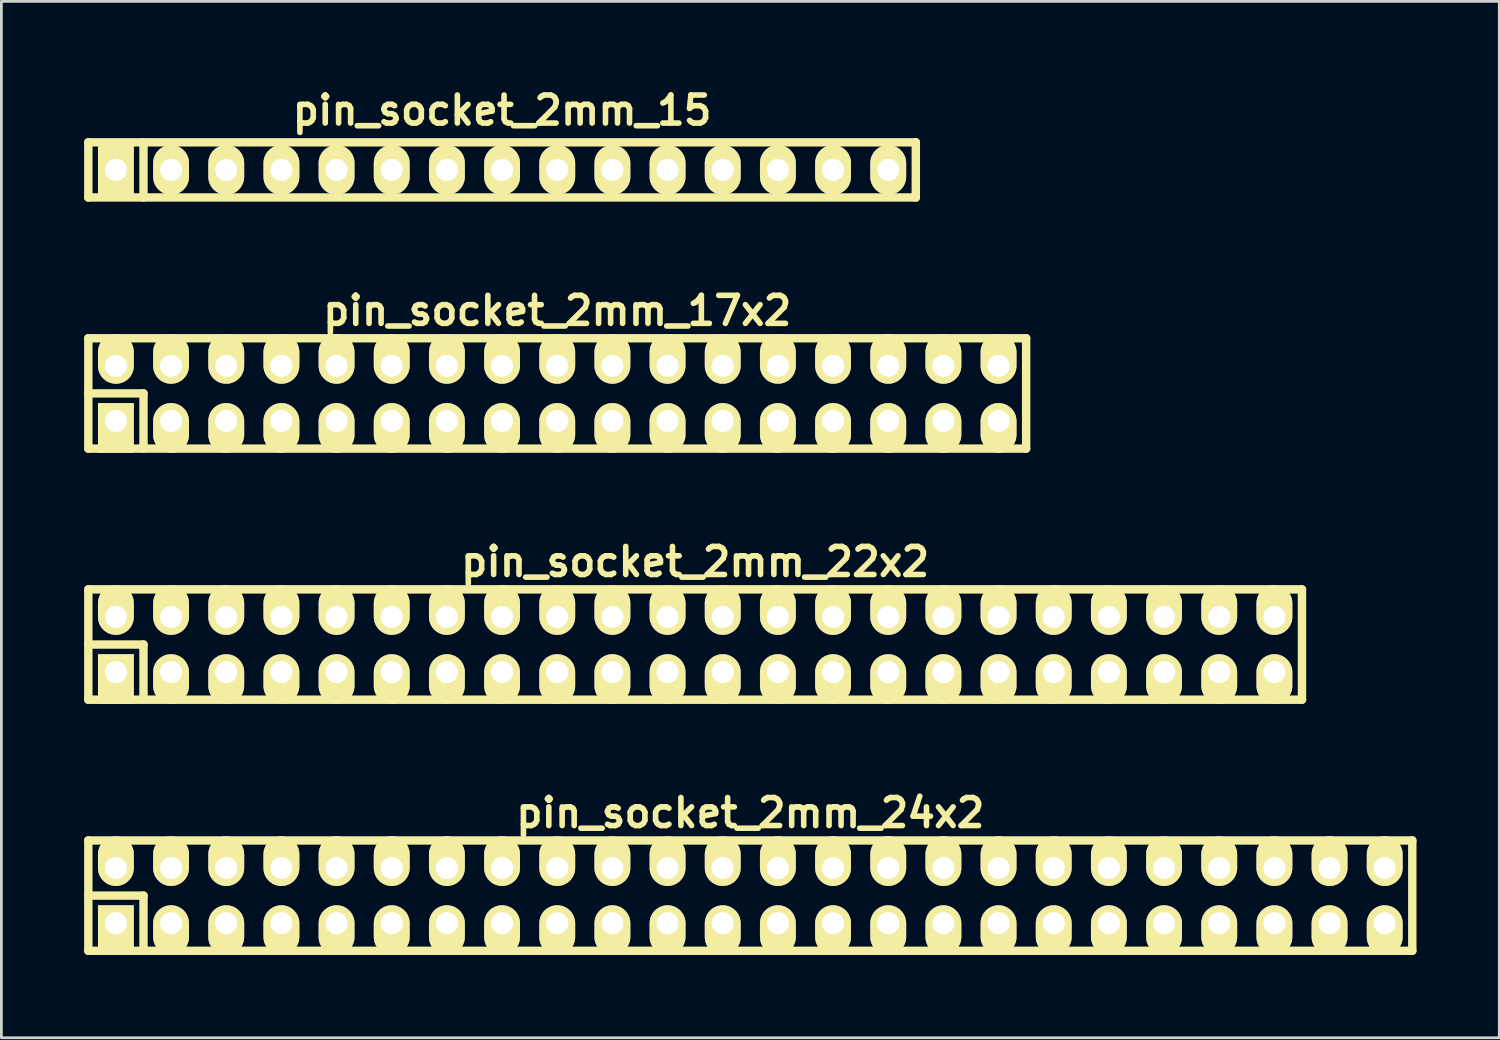
<source format=kicad_pcb>
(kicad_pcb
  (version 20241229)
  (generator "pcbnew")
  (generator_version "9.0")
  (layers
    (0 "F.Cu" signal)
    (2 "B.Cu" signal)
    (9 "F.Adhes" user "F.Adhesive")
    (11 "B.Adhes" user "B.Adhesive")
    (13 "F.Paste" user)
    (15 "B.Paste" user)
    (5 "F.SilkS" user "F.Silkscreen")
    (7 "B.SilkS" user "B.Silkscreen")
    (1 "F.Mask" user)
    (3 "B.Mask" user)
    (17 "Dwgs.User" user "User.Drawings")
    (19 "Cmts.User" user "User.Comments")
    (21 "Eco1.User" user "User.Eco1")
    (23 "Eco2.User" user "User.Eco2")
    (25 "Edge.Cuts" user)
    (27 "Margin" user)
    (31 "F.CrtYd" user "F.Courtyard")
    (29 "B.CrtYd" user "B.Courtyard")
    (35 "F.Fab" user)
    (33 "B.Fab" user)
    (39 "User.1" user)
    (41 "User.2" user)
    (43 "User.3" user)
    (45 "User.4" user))
  (footprint "pin_socket_2mm_17x2"
    (layer "F.Cu")
    (at 17.152 11.213)
    (property "Reference" "pin_socket_2mm_17x2" (at 0 -3 0) (layer "F.SilkS") (effects (font (size 1.016 1.016) (thickness 0.203))))
    (attr through_hole)
    (fp_line (start -17 -2) (end 17 -2) (stroke (width 0.305) (type solid)) (layer "F.SilkS"))
    (fp_line (start -17 0) (end -15 0) (stroke (width 0.305) (type solid)) (layer "F.SilkS"))
    (fp_line (start -17 2) (end -17 -2) (stroke (width 0.305) (type solid)) (layer "F.SilkS"))
    (fp_line (start -15 0) (end -15 2) (stroke (width 0.305) (type solid)) (layer "F.SilkS"))
    (fp_line (start 17 -2) (end 17 2) (stroke (width 0.305) (type solid)) (layer "F.SilkS"))
    (fp_line (start 17 2) (end -17 2) (stroke (width 0.305) (type solid)) (layer "F.SilkS"))
    (pad "1" thru_hole rect (at -16 1) (size 1.3 1.8) (drill 0.8 (offset 0 0.25)) (layers "*.Cu" "*.Mask" "F.SilkS"))
    (pad "2" thru_hole oval (at -16 -1) (size 1.3 1.8) (drill 0.8 (offset 0 -0.25)) (layers "*.Cu" "*.Mask" "F.SilkS"))
    (pad "3" thru_hole oval (at -14 1) (size 1.3 1.8) (drill 0.8 (offset 0 0.25)) (layers "*.Cu" "*.Mask" "F.SilkS"))
    (pad "4" thru_hole oval (at -14 -1) (size 1.3 1.8) (drill 0.8 (offset 0 -0.25)) (layers "*.Cu" "*.Mask" "F.SilkS"))
    (pad "5" thru_hole oval (at -12 1) (size 1.3 1.8) (drill 0.8 (offset 0 0.25)) (layers "*.Cu" "*.Mask" "F.SilkS"))
    (pad "6" thru_hole oval (at -12 -1) (size 1.3 1.8) (drill 0.8 (offset 0 -0.25)) (layers "*.Cu" "*.Mask" "F.SilkS"))
    (pad "7" thru_hole oval (at -10 1) (size 1.3 1.8) (drill 0.8 (offset 0 0.25)) (layers "*.Cu" "*.Mask" "F.SilkS"))
    (pad "8" thru_hole oval (at -10 -1) (size 1.3 1.8) (drill 0.8 (offset 0 -0.25)) (layers "*.Cu" "*.Mask" "F.SilkS"))
    (pad "9" thru_hole oval (at -8 1) (size 1.3 1.8) (drill 0.8 (offset 0 0.25)) (layers "*.Cu" "*.Mask" "F.SilkS"))
    (pad "10" thru_hole oval (at -8 -1) (size 1.3 1.8) (drill 0.8 (offset 0 -0.25)) (layers "*.Cu" "*.Mask" "F.SilkS"))
    (pad "11" thru_hole oval (at -6 1) (size 1.3 1.8) (drill 0.8 (offset 0 0.25)) (layers "*.Cu" "*.Mask" "F.SilkS"))
    (pad "12" thru_hole oval (at -6 -1) (size 1.3 1.8) (drill 0.8 (offset 0 -0.25)) (layers "*.Cu" "*.Mask" "F.SilkS"))
    (pad "13" thru_hole oval (at -4 1) (size 1.3 1.8) (drill 0.8 (offset 0 0.25)) (layers "*.Cu" "*.Mask" "F.SilkS"))
    (pad "14" thru_hole oval (at -4 -1) (size 1.3 1.8) (drill 0.8 (offset 0 -0.25)) (layers "*.Cu" "*.Mask" "F.SilkS"))
    (pad "15" thru_hole oval (at -2 1) (size 1.3 1.8) (drill 0.8 (offset 0 0.25)) (layers "*.Cu" "*.Mask" "F.SilkS"))
    (pad "16" thru_hole oval (at -2 -1) (size 1.3 1.8) (drill 0.8 (offset 0 -0.25)) (layers "*.Cu" "*.Mask" "F.SilkS"))
    (pad "17" thru_hole oval (at 0 1) (size 1.3 1.8) (drill 0.8 (offset 0 0.25)) (layers "*.Cu" "*.Mask" "F.SilkS"))
    (pad "18" thru_hole oval (at 0 -1) (size 1.3 1.8) (drill 0.8 (offset 0 -0.25)) (layers "*.Cu" "*.Mask" "F.SilkS"))
    (pad "19" thru_hole oval (at 2 1) (size 1.3 1.8) (drill 0.8 (offset 0 0.25)) (layers "*.Cu" "*.Mask" "F.SilkS"))
    (pad "20" thru_hole oval (at 2 -1) (size 1.3 1.8) (drill 0.8 (offset 0 -0.25)) (layers "*.Cu" "*.Mask" "F.SilkS"))
    (pad "21" thru_hole oval (at 4 1) (size 1.3 1.8) (drill 0.8 (offset 0 0.25)) (layers "*.Cu" "*.Mask" "F.SilkS"))
    (pad "22" thru_hole oval (at 4 -1) (size 1.3 1.8) (drill 0.8 (offset 0 -0.25)) (layers "*.Cu" "*.Mask" "F.SilkS"))
    (pad "23" thru_hole oval (at 6 1) (size 1.3 1.8) (drill 0.8 (offset 0 0.25)) (layers "*.Cu" "*.Mask" "F.SilkS"))
    (pad "24" thru_hole oval (at 6 -1) (size 1.3 1.8) (drill 0.8 (offset 0 -0.25)) (layers "*.Cu" "*.Mask" "F.SilkS"))
    (pad "25" thru_hole oval (at 8 1) (size 1.3 1.8) (drill 0.8 (offset 0 0.25)) (layers "*.Cu" "*.Mask" "F.SilkS"))
    (pad "26" thru_hole oval (at 8 -1) (size 1.3 1.8) (drill 0.8 (offset 0 -0.25)) (layers "*.Cu" "*.Mask" "F.SilkS"))
    (pad "27" thru_hole oval (at 10 1) (size 1.3 1.8) (drill 0.8 (offset 0 0.25)) (layers "*.Cu" "*.Mask" "F.SilkS"))
    (pad "28" thru_hole oval (at 10 -1) (size 1.3 1.8) (drill 0.8 (offset 0 -0.25)) (layers "*.Cu" "*.Mask" "F.SilkS"))
    (pad "29" thru_hole oval (at 12 1) (size 1.3 1.8) (drill 0.8 (offset 0 0.25)) (layers "*.Cu" "*.Mask" "F.SilkS"))
    (pad "30" thru_hole oval (at 12 -1) (size 1.3 1.8) (drill 0.8 (offset 0 -0.25)) (layers "*.Cu" "*.Mask" "F.SilkS"))
    (pad "31" thru_hole oval (at 14 1) (size 1.3 1.8) (drill 0.8 (offset 0 0.25)) (layers "*.Cu" "*.Mask" "F.SilkS"))
    (pad "32" thru_hole oval (at 14 -1) (size 1.3 1.8) (drill 0.8 (offset 0 -0.25)) (layers "*.Cu" "*.Mask" "F.SilkS"))
    (pad "33" thru_hole oval (at 16 1) (size 1.3 1.8) (drill 0.8 (offset 0 0.25)) (layers "*.Cu" "*.Mask" "F.SilkS"))
    (pad "34" thru_hole oval (at 16 -1) (size 1.3 1.8) (drill 0.8 (offset 0 -0.25)) (layers "*.Cu" "*.Mask" "F.SilkS")))
  (footprint "pin_socket_2mm_15"
    (layer "F.Cu")
    (at 15.152 3.11)
    (property "Reference" "pin_socket_2mm_15" (at 0 -2.159 0) (layer "F.SilkS") (effects (font (size 1.016 1.016) (thickness 0.203))))
    (attr through_hole)
    (fp_line (start -15 -1) (end 15 -1) (stroke (width 0.305) (type solid)) (layer "F.SilkS"))
    (fp_line (start -15 1) (end -15 -1) (stroke (width 0.305) (type solid)) (layer "F.SilkS"))
    (fp_line (start -13 -1) (end -13 1) (stroke (width 0.305) (type solid)) (layer "F.SilkS"))
    (fp_line (start 15 -1) (end 15 1) (stroke (width 0.305) (type solid)) (layer "F.SilkS"))
    (fp_line (start 15 1) (end -15 1) (stroke (width 0.305) (type solid)) (layer "F.SilkS"))
    (pad "1" thru_hole rect (at -14 0) (size 1.3 1.8) (drill 0.8) (layers "*.Cu" "*.Mask" "F.SilkS"))
    (pad "2" thru_hole oval (at -12 0) (size 1.3 1.8) (drill 0.8) (layers "*.Cu" "*.Mask" "F.SilkS"))
    (pad "3" thru_hole oval (at -10 0) (size 1.3 1.8) (drill 0.8) (layers "*.Cu" "*.Mask" "F.SilkS"))
    (pad "4" thru_hole oval (at -8 0) (size 1.3 1.8) (drill 0.8) (layers "*.Cu" "*.Mask" "F.SilkS"))
    (pad "5" thru_hole oval (at -6 0) (size 1.3 1.8) (drill 0.8) (layers "*.Cu" "*.Mask" "F.SilkS"))
    (pad "6" thru_hole oval (at -4 0) (size 1.3 1.8) (drill 0.8) (layers "*.Cu" "*.Mask" "F.SilkS"))
    (pad "7" thru_hole oval (at -2 0) (size 1.3 1.8) (drill 0.8) (layers "*.Cu" "*.Mask" "F.SilkS"))
    (pad "8" thru_hole oval (at 0 0) (size 1.3 1.8) (drill 0.8) (layers "*.Cu" "*.Mask" "F.SilkS"))
    (pad "9" thru_hole oval (at 2 0) (size 1.3 1.8) (drill 0.8) (layers "*.Cu" "*.Mask" "F.SilkS"))
    (pad "10" thru_hole oval (at 4 0) (size 1.3 1.8) (drill 0.8) (layers "*.Cu" "*.Mask" "F.SilkS"))
    (pad "11" thru_hole oval (at 6 0) (size 1.3 1.8) (drill 0.8) (layers "*.Cu" "*.Mask" "F.SilkS"))
    (pad "12" thru_hole oval (at 8 0) (size 1.3 1.8) (drill 0.8) (layers "*.Cu" "*.Mask" "F.SilkS"))
    (pad "13" thru_hole oval (at 10 0) (size 1.3 1.8) (drill 0.8) (layers "*.Cu" "*.Mask" "F.SilkS"))
    (pad "14" thru_hole oval (at 12 0) (size 1.3 1.8) (drill 0.8) (layers "*.Cu" "*.Mask" "F.SilkS"))
    (pad "15" thru_hole oval (at 14 0) (size 1.3 1.8) (drill 0.8) (layers "*.Cu" "*.Mask" "F.SilkS")))
  (footprint "pin_socket_2mm_22x2"
    (layer "F.Cu")
    (at 22.152 20.317)
    (property "Reference" "pin_socket_2mm_22x2" (at 0 -3 0) (layer "F.SilkS") (effects (font (size 1.016 1.016) (thickness 0.203))))
    (attr through_hole)
    (fp_line (start -22 -2) (end 22 -2) (stroke (width 0.305) (type solid)) (layer "F.SilkS"))
    (fp_line (start -22 0) (end -20 0) (stroke (width 0.305) (type solid)) (layer "F.SilkS"))
    (fp_line (start -22 2) (end -22 -2) (stroke (width 0.305) (type solid)) (layer "F.SilkS"))
    (fp_line (start -20 0) (end -20 2) (stroke (width 0.305) (type solid)) (layer "F.SilkS"))
    (fp_line (start 22 -2) (end 22 2) (stroke (width 0.305) (type solid)) (layer "F.SilkS"))
    (fp_line (start 22 2) (end -22 2) (stroke (width 0.305) (type solid)) (layer "F.SilkS"))
    (pad "1" thru_hole rect (at -21 1) (size 1.3 1.8) (drill 0.8 (offset 0 0.25)) (layers "*.Cu" "*.Mask" "F.SilkS"))
    (pad "2" thru_hole oval (at -21 -1) (size 1.3 1.8) (drill 0.8 (offset 0 -0.25)) (layers "*.Cu" "*.Mask" "F.SilkS"))
    (pad "3" thru_hole oval (at -19 1) (size 1.3 1.8) (drill 0.8 (offset 0 0.25)) (layers "*.Cu" "*.Mask" "F.SilkS"))
    (pad "4" thru_hole oval (at -19 -1) (size 1.3 1.8) (drill 0.8 (offset 0 -0.25)) (layers "*.Cu" "*.Mask" "F.SilkS"))
    (pad "5" thru_hole oval (at -17 1) (size 1.3 1.8) (drill 0.8 (offset 0 0.25)) (layers "*.Cu" "*.Mask" "F.SilkS"))
    (pad "6" thru_hole oval (at -17 -1) (size 1.3 1.8) (drill 0.8 (offset 0 -0.25)) (layers "*.Cu" "*.Mask" "F.SilkS"))
    (pad "7" thru_hole oval (at -15 1) (size 1.3 1.8) (drill 0.8 (offset 0 0.25)) (layers "*.Cu" "*.Mask" "F.SilkS"))
    (pad "8" thru_hole oval (at -15 -1) (size 1.3 1.8) (drill 0.8 (offset 0 -0.25)) (layers "*.Cu" "*.Mask" "F.SilkS"))
    (pad "9" thru_hole oval (at -13 1) (size 1.3 1.8) (drill 0.8 (offset 0 0.25)) (layers "*.Cu" "*.Mask" "F.SilkS"))
    (pad "10" thru_hole oval (at -13 -1) (size 1.3 1.8) (drill 0.8 (offset 0 -0.25)) (layers "*.Cu" "*.Mask" "F.SilkS"))
    (pad "11" thru_hole oval (at -11 1) (size 1.3 1.8) (drill 0.8 (offset 0 0.25)) (layers "*.Cu" "*.Mask" "F.SilkS"))
    (pad "12" thru_hole oval (at -11 -1) (size 1.3 1.8) (drill 0.8 (offset 0 -0.25)) (layers "*.Cu" "*.Mask" "F.SilkS"))
    (pad "13" thru_hole oval (at -9 1) (size 1.3 1.8) (drill 0.8 (offset 0 0.25)) (layers "*.Cu" "*.Mask" "F.SilkS"))
    (pad "14" thru_hole oval (at -9 -1) (size 1.3 1.8) (drill 0.8 (offset 0 -0.25)) (layers "*.Cu" "*.Mask" "F.SilkS"))
    (pad "15" thru_hole oval (at -7 1) (size 1.3 1.8) (drill 0.8 (offset 0 0.25)) (layers "*.Cu" "*.Mask" "F.SilkS"))
    (pad "16" thru_hole oval (at -7 -1) (size 1.3 1.8) (drill 0.8 (offset 0 -0.25)) (layers "*.Cu" "*.Mask" "F.SilkS"))
    (pad "17" thru_hole oval (at -5 1) (size 1.3 1.8) (drill 0.8 (offset 0 0.25)) (layers "*.Cu" "*.Mask" "F.SilkS"))
    (pad "18" thru_hole oval (at -5 -1) (size 1.3 1.8) (drill 0.8 (offset 0 -0.25)) (layers "*.Cu" "*.Mask" "F.SilkS"))
    (pad "19" thru_hole oval (at -3 1) (size 1.3 1.8) (drill 0.8 (offset 0 0.25)) (layers "*.Cu" "*.Mask" "F.SilkS"))
    (pad "20" thru_hole oval (at -3 -1) (size 1.3 1.8) (drill 0.8 (offset 0 -0.25)) (layers "*.Cu" "*.Mask" "F.SilkS"))
    (pad "21" thru_hole oval (at -1 1) (size 1.3 1.8) (drill 0.8 (offset 0 0.25)) (layers "*.Cu" "*.Mask" "F.SilkS"))
    (pad "22" thru_hole oval (at -1 -1) (size 1.3 1.8) (drill 0.8 (offset 0 -0.25)) (layers "*.Cu" "*.Mask" "F.SilkS"))
    (pad "23" thru_hole oval (at 1 1) (size 1.3 1.8) (drill 0.8 (offset 0 0.25)) (layers "*.Cu" "*.Mask" "F.SilkS"))
    (pad "24" thru_hole oval (at 1 -1) (size 1.3 1.8) (drill 0.8 (offset 0 -0.25)) (layers "*.Cu" "*.Mask" "F.SilkS"))
    (pad "25" thru_hole oval (at 3 1) (size 1.3 1.8) (drill 0.8 (offset 0 0.25)) (layers "*.Cu" "*.Mask" "F.SilkS"))
    (pad "26" thru_hole oval (at 3 -1) (size 1.3 1.8) (drill 0.8 (offset 0 -0.25)) (layers "*.Cu" "*.Mask" "F.SilkS"))
    (pad "27" thru_hole oval (at 5 1) (size 1.3 1.8) (drill 0.8 (offset 0 0.25)) (layers "*.Cu" "*.Mask" "F.SilkS"))
    (pad "28" thru_hole oval (at 5 -1) (size 1.3 1.8) (drill 0.8 (offset 0 -0.25)) (layers "*.Cu" "*.Mask" "F.SilkS"))
    (pad "29" thru_hole oval (at 7 1) (size 1.3 1.8) (drill 0.8 (offset 0 0.25)) (layers "*.Cu" "*.Mask" "F.SilkS"))
    (pad "30" thru_hole oval (at 7 -1) (size 1.3 1.8) (drill 0.8 (offset 0 -0.25)) (layers "*.Cu" "*.Mask" "F.SilkS"))
    (pad "31" thru_hole oval (at 9 1) (size 1.3 1.8) (drill 0.8 (offset 0 0.25)) (layers "*.Cu" "*.Mask" "F.SilkS"))
    (pad "32" thru_hole oval (at 9 -1) (size 1.3 1.8) (drill 0.8 (offset 0 -0.25)) (layers "*.Cu" "*.Mask" "F.SilkS"))
    (pad "33" thru_hole oval (at 11 1) (size 1.3 1.8) (drill 0.8 (offset 0 0.25)) (layers "*.Cu" "*.Mask" "F.SilkS"))
    (pad "34" thru_hole oval (at 11 -1) (size 1.3 1.8) (drill 0.8 (offset 0 -0.25)) (layers "*.Cu" "*.Mask" "F.SilkS"))
    (pad "35" thru_hole oval (at 13 1) (size 1.3 1.8) (drill 0.8 (offset 0 0.25)) (layers "*.Cu" "*.Mask" "F.SilkS"))
    (pad "36" thru_hole oval (at 13 -1) (size 1.3 1.8) (drill 0.8 (offset 0 -0.25)) (layers "*.Cu" "*.Mask" "F.SilkS"))
    (pad "37" thru_hole oval (at 15 1) (size 1.3 1.8) (drill 0.8 (offset 0 0.25)) (layers "*.Cu" "*.Mask" "F.SilkS"))
    (pad "38" thru_hole oval (at 15 -1) (size 1.3 1.8) (drill 0.8 (offset 0 -0.25)) (layers "*.Cu" "*.Mask" "F.SilkS"))
    (pad "39" thru_hole oval (at 17 1) (size 1.3 1.8) (drill 0.8 (offset 0 0.25)) (layers "*.Cu" "*.Mask" "F.SilkS"))
    (pad "40" thru_hole oval (at 17 -1) (size 1.3 1.8) (drill 0.8 (offset 0 -0.25)) (layers "*.Cu" "*.Mask" "F.SilkS"))
    (pad "41" thru_hole oval (at 19 1) (size 1.3 1.8) (drill 0.8 (offset 0 0.25)) (layers "*.Cu" "*.Mask" "F.SilkS"))
    (pad "42" thru_hole oval (at 19 -1) (size 1.3 1.8) (drill 0.8 (offset 0 -0.25)) (layers "*.Cu" "*.Mask" "F.SilkS"))
    (pad "43" thru_hole oval (at 21 1) (size 1.3 1.8) (drill 0.8 (offset 0 0.25)) (layers "*.Cu" "*.Mask" "F.SilkS"))
    (pad "44" thru_hole oval (at 21 -1) (size 1.3 1.8) (drill 0.8 (offset 0 -0.25)) (layers "*.Cu" "*.Mask" "F.SilkS")))
  (footprint "pin_socket_2mm_24x2"
    (layer "F.Cu")
    (at 24.152 29.42)
    (property "Reference" "pin_socket_2mm_24x2" (at 0 -3 0) (layer "F.SilkS") (effects (font (size 1.016 1.016) (thickness 0.203))))
    (attr through_hole)
    (fp_line (start -24 -2) (end 24 -2) (stroke (width 0.305) (type solid)) (layer "F.SilkS"))
    (fp_line (start -24 0) (end -22 0) (stroke (width 0.305) (type solid)) (layer "F.SilkS"))
    (fp_line (start -24 2) (end -24 -2) (stroke (width 0.305) (type solid)) (layer "F.SilkS"))
    (fp_line (start -22 0) (end -22 2) (stroke (width 0.305) (type solid)) (layer "F.SilkS"))
    (fp_line (start 24 -2) (end 24 2) (stroke (width 0.305) (type solid)) (layer "F.SilkS"))
    (fp_line (start 24 2) (end -24 2) (stroke (width 0.305) (type solid)) (layer "F.SilkS"))
    (pad "1" thru_hole rect (at -23 1) (size 1.3 1.8) (drill 0.8 (offset 0 0.25)) (layers "*.Cu" "*.Mask" "F.SilkS"))
    (pad "2" thru_hole oval (at -23 -1) (size 1.3 1.8) (drill 0.8 (offset 0 -0.25)) (layers "*.Cu" "*.Mask" "F.SilkS"))
    (pad "3" thru_hole oval (at -21 1) (size 1.3 1.8) (drill 0.8 (offset 0 0.25)) (layers "*.Cu" "*.Mask" "F.SilkS"))
    (pad "4" thru_hole oval (at -21 -1) (size 1.3 1.8) (drill 0.8 (offset 0 -0.25)) (layers "*.Cu" "*.Mask" "F.SilkS"))
    (pad "5" thru_hole oval (at -19 1) (size 1.3 1.8) (drill 0.8 (offset 0 0.25)) (layers "*.Cu" "*.Mask" "F.SilkS"))
    (pad "6" thru_hole oval (at -19 -1) (size 1.3 1.8) (drill 0.8 (offset 0 -0.25)) (layers "*.Cu" "*.Mask" "F.SilkS"))
    (pad "7" thru_hole oval (at -17 1) (size 1.3 1.8) (drill 0.8 (offset 0 0.25)) (layers "*.Cu" "*.Mask" "F.SilkS"))
    (pad "8" thru_hole oval (at -17 -1) (size 1.3 1.8) (drill 0.8 (offset 0 -0.25)) (layers "*.Cu" "*.Mask" "F.SilkS"))
    (pad "9" thru_hole oval (at -15 1) (size 1.3 1.8) (drill 0.8 (offset 0 0.25)) (layers "*.Cu" "*.Mask" "F.SilkS"))
    (pad "10" thru_hole oval (at -15 -1) (size 1.3 1.8) (drill 0.8 (offset 0 -0.25)) (layers "*.Cu" "*.Mask" "F.SilkS"))
    (pad "11" thru_hole oval (at -13 1) (size 1.3 1.8) (drill 0.8 (offset 0 0.25)) (layers "*.Cu" "*.Mask" "F.SilkS"))
    (pad "12" thru_hole oval (at -13 -1) (size 1.3 1.8) (drill 0.8 (offset 0 -0.25)) (layers "*.Cu" "*.Mask" "F.SilkS"))
    (pad "13" thru_hole oval (at -11 1) (size 1.3 1.8) (drill 0.8 (offset 0 0.25)) (layers "*.Cu" "*.Mask" "F.SilkS"))
    (pad "14" thru_hole oval (at -11 -1) (size 1.3 1.8) (drill 0.8 (offset 0 -0.25)) (layers "*.Cu" "*.Mask" "F.SilkS"))
    (pad "15" thru_hole oval (at -9 1) (size 1.3 1.8) (drill 0.8 (offset 0 0.25)) (layers "*.Cu" "*.Mask" "F.SilkS"))
    (pad "16" thru_hole oval (at -9 -1) (size 1.3 1.8) (drill 0.8 (offset 0 -0.25)) (layers "*.Cu" "*.Mask" "F.SilkS"))
    (pad "17" thru_hole oval (at -7 1) (size 1.3 1.8) (drill 0.8 (offset 0 0.25)) (layers "*.Cu" "*.Mask" "F.SilkS"))
    (pad "18" thru_hole oval (at -7 -1) (size 1.3 1.8) (drill 0.8 (offset 0 -0.25)) (layers "*.Cu" "*.Mask" "F.SilkS"))
    (pad "19" thru_hole oval (at -5 1) (size 1.3 1.8) (drill 0.8 (offset 0 0.25)) (layers "*.Cu" "*.Mask" "F.SilkS"))
    (pad "20" thru_hole oval (at -5 -1) (size 1.3 1.8) (drill 0.8 (offset 0 -0.25)) (layers "*.Cu" "*.Mask" "F.SilkS"))
    (pad "21" thru_hole oval (at -3 1) (size 1.3 1.8) (drill 0.8 (offset 0 0.25)) (layers "*.Cu" "*.Mask" "F.SilkS"))
    (pad "22" thru_hole oval (at -3 -1) (size 1.3 1.8) (drill 0.8 (offset 0 -0.25)) (layers "*.Cu" "*.Mask" "F.SilkS"))
    (pad "23" thru_hole oval (at -1 1) (size 1.3 1.8) (drill 0.8 (offset 0 0.25)) (layers "*.Cu" "*.Mask" "F.SilkS"))
    (pad "24" thru_hole oval (at -1 -1) (size 1.3 1.8) (drill 0.8 (offset 0 -0.25)) (layers "*.Cu" "*.Mask" "F.SilkS"))
    (pad "25" thru_hole oval (at 1 1) (size 1.3 1.8) (drill 0.8 (offset 0 0.25)) (layers "*.Cu" "*.Mask" "F.SilkS"))
    (pad "26" thru_hole oval (at 1 -1) (size 1.3 1.8) (drill 0.8 (offset 0 -0.25)) (layers "*.Cu" "*.Mask" "F.SilkS"))
    (pad "27" thru_hole oval (at 3 1) (size 1.3 1.8) (drill 0.8 (offset 0 0.25)) (layers "*.Cu" "*.Mask" "F.SilkS"))
    (pad "28" thru_hole oval (at 3 -1) (size 1.3 1.8) (drill 0.8 (offset 0 -0.25)) (layers "*.Cu" "*.Mask" "F.SilkS"))
    (pad "29" thru_hole oval (at 5 1) (size 1.3 1.8) (drill 0.8 (offset 0 0.25)) (layers "*.Cu" "*.Mask" "F.SilkS"))
    (pad "30" thru_hole oval (at 5 -1) (size 1.3 1.8) (drill 0.8 (offset 0 -0.25)) (layers "*.Cu" "*.Mask" "F.SilkS"))
    (pad "31" thru_hole oval (at 7 1) (size 1.3 1.8) (drill 0.8 (offset 0 0.25)) (layers "*.Cu" "*.Mask" "F.SilkS"))
    (pad "32" thru_hole oval (at 7 -1) (size 1.3 1.8) (drill 0.8 (offset 0 -0.25)) (layers "*.Cu" "*.Mask" "F.SilkS"))
    (pad "33" thru_hole oval (at 9 1) (size 1.3 1.8) (drill 0.8 (offset 0 0.25)) (layers "*.Cu" "*.Mask" "F.SilkS"))
    (pad "34" thru_hole oval (at 9 -1) (size 1.3 1.8) (drill 0.8 (offset 0 -0.25)) (layers "*.Cu" "*.Mask" "F.SilkS"))
    (pad "35" thru_hole oval (at 11 1) (size 1.3 1.8) (drill 0.8 (offset 0 0.25)) (layers "*.Cu" "*.Mask" "F.SilkS"))
    (pad "36" thru_hole oval (at 11 -1) (size 1.3 1.8) (drill 0.8 (offset 0 -0.25)) (layers "*.Cu" "*.Mask" "F.SilkS"))
    (pad "37" thru_hole oval (at 13 1) (size 1.3 1.8) (drill 0.8 (offset 0 0.25)) (layers "*.Cu" "*.Mask" "F.SilkS"))
    (pad "38" thru_hole oval (at 13 -1) (size 1.3 1.8) (drill 0.8 (offset 0 -0.25)) (layers "*.Cu" "*.Mask" "F.SilkS"))
    (pad "39" thru_hole oval (at 15 1) (size 1.3 1.8) (drill 0.8 (offset 0 0.25)) (layers "*.Cu" "*.Mask" "F.SilkS"))
    (pad "40" thru_hole oval (at 15 -1) (size 1.3 1.8) (drill 0.8 (offset 0 -0.25)) (layers "*.Cu" "*.Mask" "F.SilkS"))
    (pad "41" thru_hole oval (at 17 1) (size 1.3 1.8) (drill 0.8 (offset 0 0.25)) (layers "*.Cu" "*.Mask" "F.SilkS"))
    (pad "42" thru_hole oval (at 17 -1) (size 1.3 1.8) (drill 0.8 (offset 0 -0.25)) (layers "*.Cu" "*.Mask" "F.SilkS"))
    (pad "43" thru_hole oval (at 19 1) (size 1.3 1.8) (drill 0.8 (offset 0 0.25)) (layers "*.Cu" "*.Mask" "F.SilkS"))
    (pad "44" thru_hole oval (at 19 -1) (size 1.3 1.8) (drill 0.8 (offset 0 -0.25)) (layers "*.Cu" "*.Mask" "F.SilkS"))
    (pad "45" thru_hole oval (at 21 1) (size 1.3 1.8) (drill 0.8 (offset 0 0.25)) (layers "*.Cu" "*.Mask" "F.SilkS"))
    (pad "46" thru_hole oval (at 21 -1) (size 1.3 1.8) (drill 0.8 (offset 0 -0.25)) (layers "*.Cu" "*.Mask" "F.SilkS"))
    (pad "47" thru_hole oval (at 23 1) (size 1.3 1.8) (drill 0.8 (offset 0 0.25)) (layers "*.Cu" "*.Mask" "F.SilkS"))
    (pad "48" thru_hole oval (at 23 -1) (size 1.3 1.8) (drill 0.8 (offset 0 -0.25)) (layers "*.Cu" "*.Mask" "F.SilkS")))
  (gr_rect
    (start -3 -3)
    (end 51.305 34.573)
    (stroke (width 0.1) (type default))
    (fill no)
    (layer "Edge.Cuts")))
</source>
